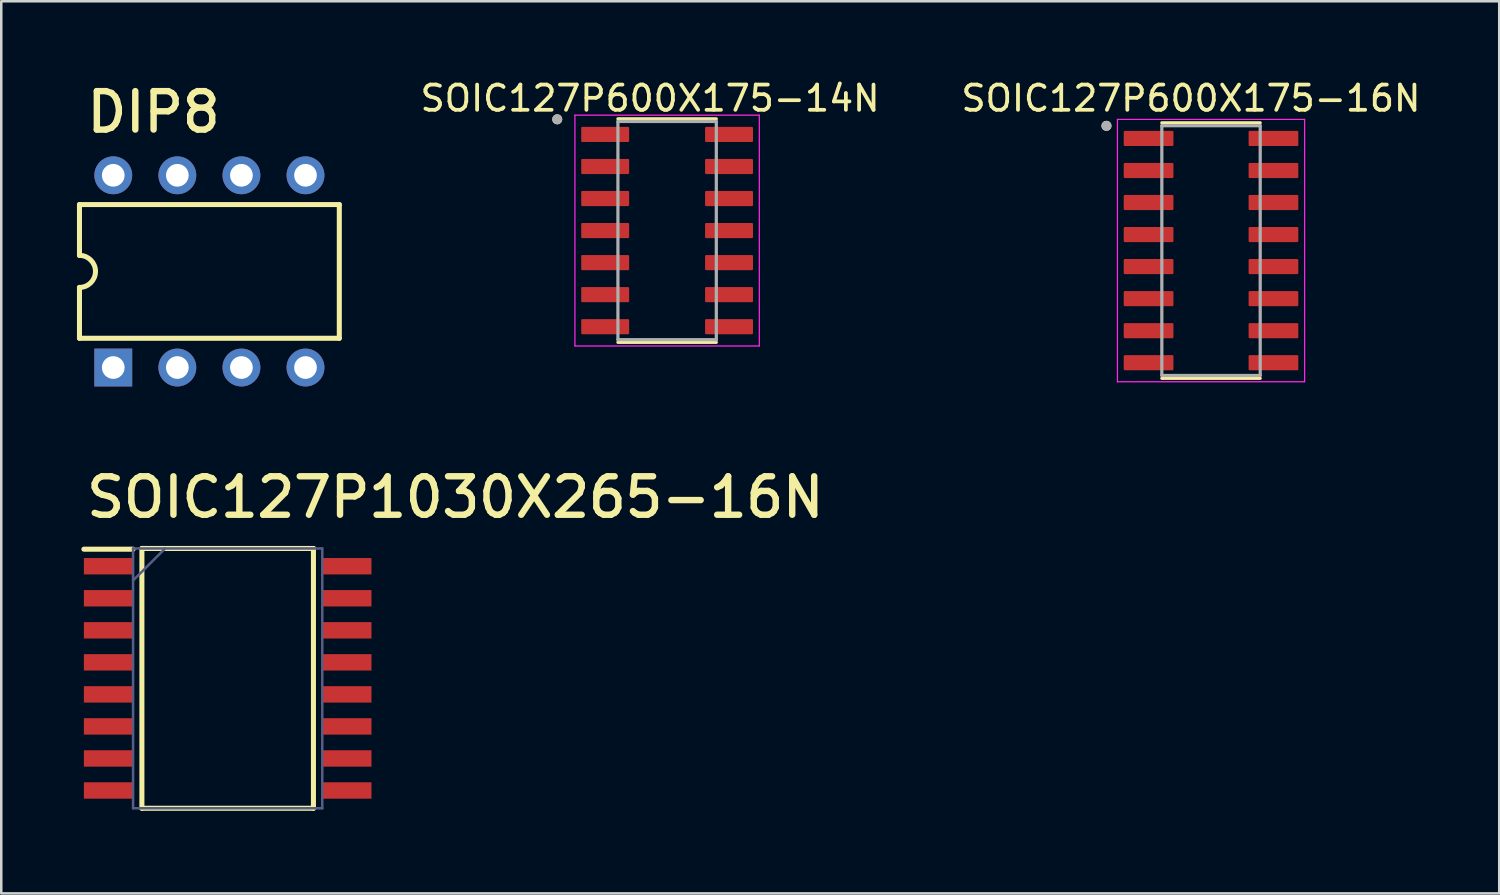
<source format=kicad_pcb>
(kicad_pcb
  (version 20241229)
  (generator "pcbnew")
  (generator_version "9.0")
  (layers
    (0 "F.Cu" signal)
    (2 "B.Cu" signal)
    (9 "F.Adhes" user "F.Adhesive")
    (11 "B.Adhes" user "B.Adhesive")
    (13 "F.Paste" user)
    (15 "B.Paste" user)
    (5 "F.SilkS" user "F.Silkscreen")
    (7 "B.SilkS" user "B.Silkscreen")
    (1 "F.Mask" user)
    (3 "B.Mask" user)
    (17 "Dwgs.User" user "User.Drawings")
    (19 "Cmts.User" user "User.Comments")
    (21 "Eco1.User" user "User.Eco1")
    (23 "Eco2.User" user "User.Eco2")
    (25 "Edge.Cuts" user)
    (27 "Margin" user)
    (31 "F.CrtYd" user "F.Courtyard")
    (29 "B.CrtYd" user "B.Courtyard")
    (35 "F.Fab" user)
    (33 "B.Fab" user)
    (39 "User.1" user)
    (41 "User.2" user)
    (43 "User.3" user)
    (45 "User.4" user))
  (footprint "SOIC127P600X175-14N"
    (layer "F.Cu")
    (at 23.395 6.09)
    (property "Reference" "SOIC127P600X175-14N" (at -0.675 -5.242 0) (layer "F.SilkS") (effects (font (size 1 1) (thickness 0.15))))
    (attr smd)
    (fp_line (start -1.95 -4.43) (end 1.95 -4.43) (stroke (width 0.127) (type solid)) (layer "F.SilkS"))
    (fp_line (start -1.95 4.43) (end 1.95 4.43) (stroke (width 0.127) (type solid)) (layer "F.SilkS"))
    (fp_circle (center -4.355 -4.41) (end -4.255 -4.41) (stroke (width 0.2) (type solid)) (fill no) (layer "F.SilkS"))
    (fp_line (start -3.655 -4.575) (end -3.655 4.575) (stroke (width 0.05) (type solid)) (layer "F.CrtYd"))
    (fp_line (start -3.655 -4.575) (end 3.655 -4.575) (stroke (width 0.05) (type solid)) (layer "F.CrtYd"))
    (fp_line (start -3.655 4.575) (end 3.655 4.575) (stroke (width 0.05) (type solid)) (layer "F.CrtYd"))
    (fp_line (start 3.655 -4.575) (end 3.655 4.575) (stroke (width 0.05) (type solid)) (layer "F.CrtYd"))
    (fp_line (start -1.95 -4.325) (end -1.95 4.325) (stroke (width 0.127) (type solid)) (layer "F.Fab"))
    (fp_line (start -1.95 -4.325) (end 1.95 -4.325) (stroke (width 0.127) (type solid)) (layer "F.Fab"))
    (fp_line (start -1.95 4.325) (end 1.95 4.325) (stroke (width 0.127) (type solid)) (layer "F.Fab"))
    (fp_line (start 1.95 -4.325) (end 1.95 4.325) (stroke (width 0.127) (type solid)) (layer "F.Fab"))
    (fp_circle (center -4.355 -4.41) (end -4.255 -4.41) (stroke (width 0.2) (type solid)) (fill no) (layer "F.Fab"))
    (pad "1" smd roundrect (at -2.455 -3.81) (size 1.9 0.6) (layers "F.Cu" "F.Mask" "F.Paste") (roundrect_rratio 0.07))
    (pad "2" smd roundrect (at -2.455 -2.54) (size 1.9 0.6) (layers "F.Cu" "F.Mask" "F.Paste") (roundrect_rratio 0.07))
    (pad "3" smd roundrect (at -2.455 -1.27) (size 1.9 0.6) (layers "F.Cu" "F.Mask" "F.Paste") (roundrect_rratio 0.07))
    (pad "4" smd roundrect (at -2.455 0) (size 1.9 0.6) (layers "F.Cu" "F.Mask" "F.Paste") (roundrect_rratio 0.07))
    (pad "5" smd roundrect (at -2.455 1.27) (size 1.9 0.6) (layers "F.Cu" "F.Mask" "F.Paste") (roundrect_rratio 0.07))
    (pad "6" smd roundrect (at -2.455 2.54) (size 1.9 0.6) (layers "F.Cu" "F.Mask" "F.Paste") (roundrect_rratio 0.07))
    (pad "7" smd roundrect (at -2.455 3.81) (size 1.9 0.6) (layers "F.Cu" "F.Mask" "F.Paste") (roundrect_rratio 0.07))
    (pad "8" smd roundrect (at 2.455 3.81) (size 1.9 0.6) (layers "F.Cu" "F.Mask" "F.Paste") (roundrect_rratio 0.07))
    (pad "9" smd roundrect (at 2.455 2.54) (size 1.9 0.6) (layers "F.Cu" "F.Mask" "F.Paste") (roundrect_rratio 0.07))
    (pad "10" smd roundrect (at 2.455 1.27) (size 1.9 0.6) (layers "F.Cu" "F.Mask" "F.Paste") (roundrect_rratio 0.07))
    (pad "11" smd roundrect (at 2.455 0) (size 1.9 0.6) (layers "F.Cu" "F.Mask" "F.Paste") (roundrect_rratio 0.07))
    (pad "12" smd roundrect (at 2.455 -1.27) (size 1.9 0.6) (layers "F.Cu" "F.Mask" "F.Paste") (roundrect_rratio 0.07))
    (pad "13" smd roundrect (at 2.455 -2.54) (size 1.9 0.6) (layers "F.Cu" "F.Mask" "F.Paste") (roundrect_rratio 0.07))
    (pad "14" smd roundrect (at 2.455 -3.81) (size 1.9 0.6) (layers "F.Cu" "F.Mask" "F.Paste") (roundrect_rratio 0.07)))
  (footprint "SOIC127P600X175-16N"
    (layer "F.Cu")
    (at 44.956 6.883)
    (property "Reference" "SOIC127P600X175-16N" (at -0.795 -6.035 0) (layer "F.SilkS") (effects (font (size 1 1) (thickness 0.15))))
    (attr smd)
    (fp_line (start -1.95 -5.065) (end 1.95 -5.065) (stroke (width 0.127) (type solid)) (layer "F.SilkS"))
    (fp_line (start -1.95 5.065) (end 1.95 5.065) (stroke (width 0.127) (type solid)) (layer "F.SilkS"))
    (fp_circle (center -4.145 -4.945) (end -4.045 -4.945) (stroke (width 0.2) (type solid)) (fill no) (layer "F.SilkS"))
    (fp_line (start -3.71 -5.2) (end -3.71 5.2) (stroke (width 0.05) (type solid)) (layer "F.CrtYd"))
    (fp_line (start -3.71 -5.2) (end 3.71 -5.2) (stroke (width 0.05) (type solid)) (layer "F.CrtYd"))
    (fp_line (start -3.71 5.2) (end 3.71 5.2) (stroke (width 0.05) (type solid)) (layer "F.CrtYd"))
    (fp_line (start 3.71 -5.2) (end 3.71 5.2) (stroke (width 0.05) (type solid)) (layer "F.CrtYd"))
    (fp_line (start -1.95 -4.95) (end -1.95 4.95) (stroke (width 0.127) (type solid)) (layer "F.Fab"))
    (fp_line (start -1.95 -4.95) (end 1.95 -4.95) (stroke (width 0.127) (type solid)) (layer "F.Fab"))
    (fp_line (start -1.95 4.95) (end 1.95 4.95) (stroke (width 0.127) (type solid)) (layer "F.Fab"))
    (fp_line (start 1.95 -4.95) (end 1.95 4.95) (stroke (width 0.127) (type solid)) (layer "F.Fab"))
    (fp_circle (center -4.145 -4.945) (end -4.045 -4.945) (stroke (width 0.2) (type solid)) (fill no) (layer "F.Fab"))
    (pad "1" smd roundrect (at -2.475 -4.445) (size 1.97 0.6) (layers "F.Cu" "F.Mask" "F.Paste") (roundrect_rratio 0.07))
    (pad "2" smd roundrect (at -2.475 -3.175) (size 1.97 0.6) (layers "F.Cu" "F.Mask" "F.Paste") (roundrect_rratio 0.07))
    (pad "3" smd roundrect (at -2.475 -1.905) (size 1.97 0.6) (layers "F.Cu" "F.Mask" "F.Paste") (roundrect_rratio 0.07))
    (pad "4" smd roundrect (at -2.475 -0.635) (size 1.97 0.6) (layers "F.Cu" "F.Mask" "F.Paste") (roundrect_rratio 0.07))
    (pad "5" smd roundrect (at -2.475 0.635) (size 1.97 0.6) (layers "F.Cu" "F.Mask" "F.Paste") (roundrect_rratio 0.07))
    (pad "6" smd roundrect (at -2.475 1.905) (size 1.97 0.6) (layers "F.Cu" "F.Mask" "F.Paste") (roundrect_rratio 0.07))
    (pad "7" smd roundrect (at -2.475 3.175) (size 1.97 0.6) (layers "F.Cu" "F.Mask" "F.Paste") (roundrect_rratio 0.07))
    (pad "8" smd roundrect (at -2.475 4.445) (size 1.97 0.6) (layers "F.Cu" "F.Mask" "F.Paste") (roundrect_rratio 0.07))
    (pad "9" smd roundrect (at 2.475 4.445) (size 1.97 0.6) (layers "F.Cu" "F.Mask" "F.Paste") (roundrect_rratio 0.07))
    (pad "10" smd roundrect (at 2.475 3.175) (size 1.97 0.6) (layers "F.Cu" "F.Mask" "F.Paste") (roundrect_rratio 0.07))
    (pad "11" smd roundrect (at 2.475 1.905) (size 1.97 0.6) (layers "F.Cu" "F.Mask" "F.Paste") (roundrect_rratio 0.07))
    (pad "12" smd roundrect (at 2.475 0.635) (size 1.97 0.6) (layers "F.Cu" "F.Mask" "F.Paste") (roundrect_rratio 0.07))
    (pad "13" smd roundrect (at 2.475 -0.635) (size 1.97 0.6) (layers "F.Cu" "F.Mask" "F.Paste") (roundrect_rratio 0.07))
    (pad "14" smd roundrect (at 2.475 -1.905) (size 1.97 0.6) (layers "F.Cu" "F.Mask" "F.Paste") (roundrect_rratio 0.07))
    (pad "15" smd roundrect (at 2.475 -3.175) (size 1.97 0.6) (layers "F.Cu" "F.Mask" "F.Paste") (roundrect_rratio 0.07))
    (pad "16" smd roundrect (at 2.475 -4.445) (size 1.97 0.6) (layers "F.Cu" "F.Mask" "F.Paste") (roundrect_rratio 0.07)))
  (footprint "DIP8"
    (layer "F.Cu")
    (at 5.25 7.709)
    (property "Reference" "DIP8" (at -4.991 -5.423 0) (unlocked yes) (layer "F.SilkS") (effects (font (size 1.524 1.524) (thickness 0.254)) (justify left bottom)))
    (fp_line (start -5.15 -2.65) (end 5.15 -2.65) (stroke (width 0.2) (type solid)) (layer "F.SilkS"))
    (fp_line (start -5.15 -0.635) (end -5.15 -2.65) (stroke (width 0.2) (type solid)) (layer "F.SilkS"))
    (fp_line (start -5.15 2.65) (end -5.15 0.635) (stroke (width 0.2) (type solid)) (layer "F.SilkS"))
    (fp_line (start -5.15 2.65) (end 5.15 2.65) (stroke (width 0.2) (type solid)) (layer "F.SilkS"))
    (fp_line (start 5.15 2.65) (end 5.15 -2.65) (stroke (width 0.2) (type solid)) (layer "F.SilkS"))
    (fp_arc (start -5.15 -0.635) (mid -4.515 0) (end -5.15 0.635) (stroke (width 0.2) (type solid)) (layer "F.SilkS"))
    (pad "1" thru_hole rect (at -3.81 3.81 90) (size 1.5 1.5) (drill 0.9) (layers "*.Cu" "*.Mask"))
    (pad "2" thru_hole circle (at -1.27 3.81 90) (size 1.5 1.5) (drill 0.9) (layers "*.Cu" "*.Mask"))
    (pad "3" thru_hole circle (at 1.27 3.81 90) (size 1.5 1.5) (drill 0.9) (layers "*.Cu" "*.Mask"))
    (pad "4" thru_hole circle (at 3.81 3.81 90) (size 1.5 1.5) (drill 0.9) (layers "*.Cu" "*.Mask"))
    (pad "5" thru_hole circle (at 3.81 -3.81 90) (size 1.5 1.5) (drill 0.9) (layers "*.Cu" "*.Mask"))
    (pad "6" thru_hole circle (at 1.27 -3.81 90) (size 1.5 1.5) (drill 0.9) (layers "*.Cu" "*.Mask"))
    (pad "7" thru_hole circle (at -1.27 -3.81 90) (size 1.5 1.5) (drill 0.9) (layers "*.Cu" "*.Mask"))
    (pad "8" thru_hole circle (at -3.81 -3.81 90) (size 1.5 1.5) (drill 0.9) (layers "*.Cu" "*.Mask")))
  (footprint "SOIC127P1030X265-16N"
    (layer "F.Cu")
    (at 5.975 23.841)
    (property "Reference" "SOIC127P1030X265-16N" (at -5.728 -6.287 0) (unlocked yes) (layer "F.SilkS") (effects (font (size 1.524 1.524) (thickness 0.254)) (justify left bottom)))
    (fp_line (start -5.7 -5.12) (end -3.75 -5.12) (stroke (width 0.2) (type solid)) (layer "F.SilkS"))
    (fp_line (start -3.4 -5.15) (end 3.4 -5.15) (stroke (width 0.2) (type solid)) (layer "F.SilkS"))
    (fp_line (start -3.4 5.15) (end -3.4 -5.15) (stroke (width 0.2) (type solid)) (layer "F.SilkS"))
    (fp_line (start -3.4 5.15) (end 3.4 5.15) (stroke (width 0.2) (type solid)) (layer "F.SilkS"))
    (fp_line (start 3.4 5.15) (end 3.4 -5.15) (stroke (width 0.2) (type solid)) (layer "F.SilkS"))
    (fp_line (start -5.95 -5.5) (end 5.95 -5.5) (stroke (width 0.05) (type solid)) (layer "Eco1.User"))
    (fp_line (start -5.95 5.5) (end -5.95 -5.5) (stroke (width 0.05) (type solid)) (layer "Eco1.User"))
    (fp_line (start -5.95 5.5) (end 5.95 5.5) (stroke (width 0.05) (type solid)) (layer "Eco1.User"))
    (fp_line (start 5.95 5.5) (end 5.95 -5.5) (stroke (width 0.05) (type solid)) (layer "Eco1.User"))
    (fp_line (start -3.75 -5.15) (end 3.75 -5.15) (stroke (width 0.1) (type solid)) (layer "B.Fab"))
    (fp_line (start -3.75 -3.88) (end -2.48 -5.15) (stroke (width 0.1) (type solid)) (layer "B.Fab"))
    (fp_line (start -3.75 5.15) (end -3.75 -5.15) (stroke (width 0.1) (type solid)) (layer "B.Fab"))
    (fp_line (start -3.75 5.15) (end 3.75 5.15) (stroke (width 0.1) (type solid)) (layer "B.Fab"))
    (fp_line (start 3.75 5.15) (end 3.75 -5.15) (stroke (width 0.1) (type solid)) (layer "B.Fab"))
    (pad "1" smd rect (at -4.725 -4.445) (size 1.95 0.65) (layers "F.Cu" "F.Mask" "F.Paste"))
    (pad "2" smd rect (at -4.725 -3.175) (size 1.95 0.65) (layers "F.Cu" "F.Mask" "F.Paste"))
    (pad "3" smd rect (at -4.725 -1.905) (size 1.95 0.65) (layers "F.Cu" "F.Mask" "F.Paste"))
    (pad "4" smd rect (at -4.725 -0.635) (size 1.95 0.65) (layers "F.Cu" "F.Mask" "F.Paste"))
    (pad "5" smd rect (at -4.725 0.635) (size 1.95 0.65) (layers "F.Cu" "F.Mask" "F.Paste"))
    (pad "6" smd rect (at -4.725 1.905) (size 1.95 0.65) (layers "F.Cu" "F.Mask" "F.Paste"))
    (pad "7" smd rect (at -4.725 3.175) (size 1.95 0.65) (layers "F.Cu" "F.Mask" "F.Paste"))
    (pad "8" smd rect (at -4.725 4.445) (size 1.95 0.65) (layers "F.Cu" "F.Mask" "F.Paste"))
    (pad "9" smd rect (at 4.725 4.445) (size 1.95 0.65) (layers "F.Cu" "F.Mask" "F.Paste"))
    (pad "10" smd rect (at 4.725 3.175) (size 1.95 0.65) (layers "F.Cu" "F.Mask" "F.Paste"))
    (pad "11" smd rect (at 4.725 1.905) (size 1.95 0.65) (layers "F.Cu" "F.Mask" "F.Paste"))
    (pad "12" smd rect (at 4.725 0.635) (size 1.95 0.65) (layers "F.Cu" "F.Mask" "F.Paste"))
    (pad "13" smd rect (at 4.725 -0.635) (size 1.95 0.65) (layers "F.Cu" "F.Mask" "F.Paste"))
    (pad "14" smd rect (at 4.725 -1.905) (size 1.95 0.65) (layers "F.Cu" "F.Mask" "F.Paste"))
    (pad "15" smd rect (at 4.725 -3.175) (size 1.95 0.65) (layers "F.Cu" "F.Mask" "F.Paste"))
    (pad "16" smd rect (at 4.725 -4.445) (size 1.95 0.65) (layers "F.Cu" "F.Mask" "F.Paste")))
  (gr_rect
    (start -3 -3)
    (end 56.381 32.366)
    (stroke (width 0.1) (type default))
    (fill no)
    (layer "Edge.Cuts")))
</source>
